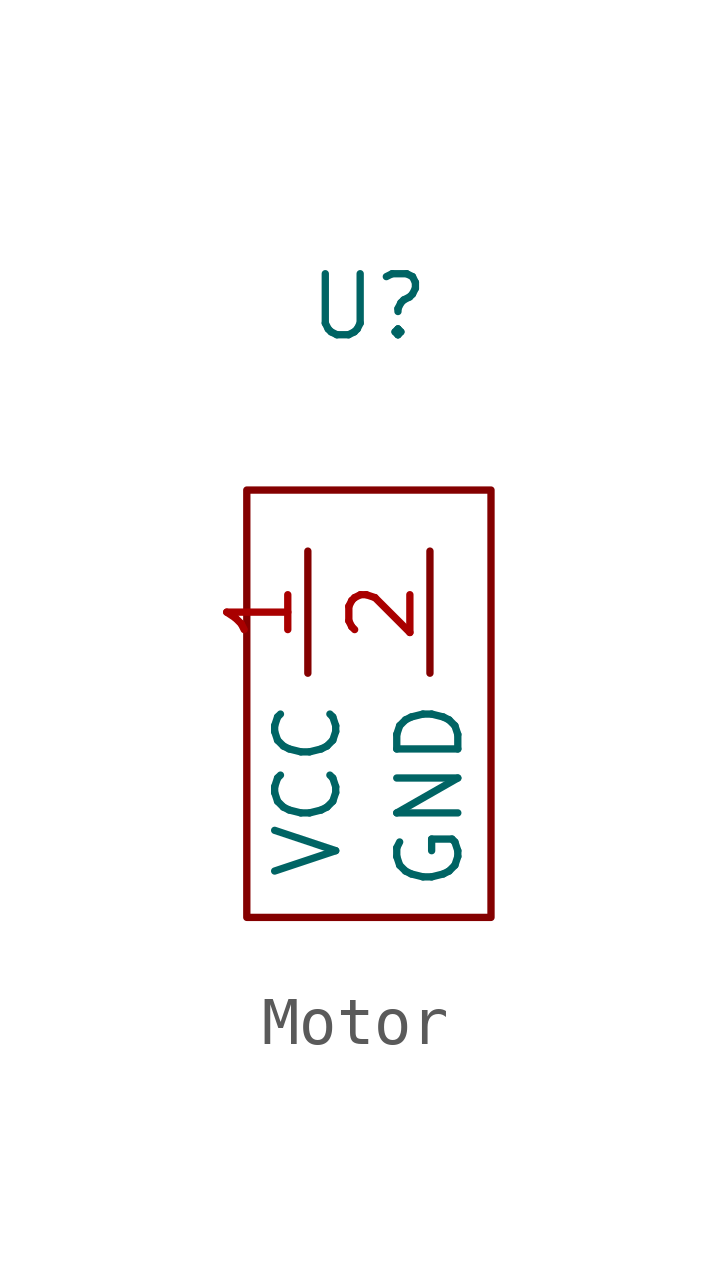
<source format=kicad_sym>
(kicad_symbol_lib
  (version 20231120)
  (generator "kicad_symbol_editor")
  (generator_version "8.0")
  (symbol "Motor"
    (property "Reference" "U"
      (at 0 0 0)
      (effects (font (size 1.27 1.27))))
    (property "Value" ""
      (at 0 0 0)
      (effects (font (size 1.27 1.27))))
    (symbol "Motor_0_1"
      (rectangle (start 2.54 -12.7) (end -2.54 -3.81) (stroke (width 0) (type default)) (fill (type none))))
    (symbol "Motor_1_1"
      (pin power_in line (at -1.27 -5.08 270) (length 2.54) (name "VCC" (effects (font (size 1.27 1.27)))) (number "1" (effects (font (size 1.27 1.27)))))
      (pin power_in line (at 1.27 -5.08 270) (length 2.54) (name "GND" (effects (font (size 1.27 1.27)))) (number "2" (effects (font (size 1.27 1.27))))))))
</source>
